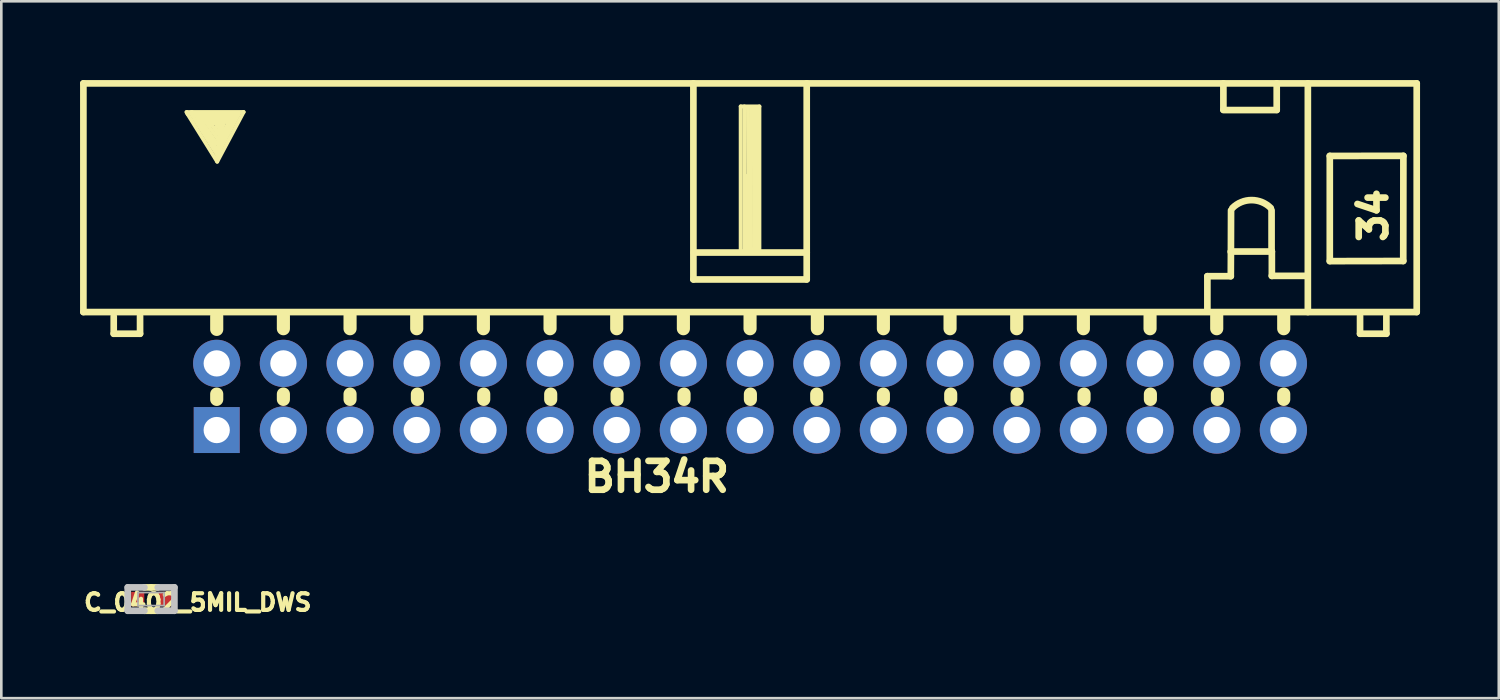
<source format=kicad_pcb>
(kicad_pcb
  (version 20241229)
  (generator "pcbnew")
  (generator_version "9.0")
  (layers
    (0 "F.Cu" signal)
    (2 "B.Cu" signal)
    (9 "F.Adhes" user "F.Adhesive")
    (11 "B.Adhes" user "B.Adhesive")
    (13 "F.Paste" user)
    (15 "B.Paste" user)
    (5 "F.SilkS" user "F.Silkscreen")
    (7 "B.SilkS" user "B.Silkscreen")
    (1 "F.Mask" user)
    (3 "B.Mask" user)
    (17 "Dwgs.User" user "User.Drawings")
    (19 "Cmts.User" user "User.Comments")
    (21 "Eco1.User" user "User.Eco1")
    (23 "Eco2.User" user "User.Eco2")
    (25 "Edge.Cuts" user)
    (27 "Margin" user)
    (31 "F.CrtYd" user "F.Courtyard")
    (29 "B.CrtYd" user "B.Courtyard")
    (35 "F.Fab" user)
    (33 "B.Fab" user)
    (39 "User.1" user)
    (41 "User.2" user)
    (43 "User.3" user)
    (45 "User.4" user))
  (footprint "C_0402_5MIL_DWS"
    (layer "F.Cu")
    (at 2.706 19.774)
    (property "Reference" "C_0402_5MIL_DWS" (at 1.778 0.127 0) (layer "F.SilkS") (effects (font (size 0.635 0.635) (thickness 0.159))))
    (attr smd)
    (fp_line (start 0 -0.445) (end -0.254 -0.445) (stroke (width 0.254) (type solid)) (layer "F.SilkS"))
    (fp_line (start 0 -0.445) (end 0.254 -0.445) (stroke (width 0.254) (type solid)) (layer "F.SilkS"))
    (fp_line (start 0 0.445) (end -0.254 0.445) (stroke (width 0.254) (type solid)) (layer "F.SilkS"))
    (fp_line (start 0 0.445) (end 0.254 0.445) (stroke (width 0.254) (type solid)) (layer "F.SilkS"))
    (fp_line (start -0.889 -0.445) (end -0.889 0.445) (stroke (width 0.254) (type solid)) (layer "Dwgs.User"))
    (fp_line (start -0.889 0.445) (end -0.254 0.445) (stroke (width 0.254) (type solid)) (layer "Dwgs.User"))
    (fp_line (start -0.254 -0.445) (end -0.889 -0.445) (stroke (width 0.254) (type solid)) (layer "Dwgs.User"))
    (fp_line (start 0.254 -0.445) (end 0.889 -0.445) (stroke (width 0.254) (type solid)) (layer "Dwgs.User"))
    (fp_line (start 0.889 -0.445) (end 0.889 0.445) (stroke (width 0.254) (type solid)) (layer "Dwgs.User"))
    (fp_line (start 0.889 0.445) (end 0.254 0.445) (stroke (width 0.254) (type solid)) (layer "Dwgs.User"))
    (fp_line (start -0.498 -0.249) (end 0.498 -0.249) (stroke (width 0.066) (type solid)) (layer "F.Fab"))
    (fp_line (start -0.498 0.249) (end -0.498 -0.249) (stroke (width 0.066) (type solid)) (layer "F.Fab"))
    (fp_line (start -0.498 0.249) (end 0.498 0.249) (stroke (width 0.066) (type solid)) (layer "F.Fab"))
    (fp_line (start 0.498 0.249) (end 0.498 -0.249) (stroke (width 0.066) (type solid)) (layer "F.Fab"))
    (pad "1" smd rect (at -0.508 0 180) (size 0.5 0.55) (layers "F.Cu" "F.Mask" "F.Paste"))
    (pad "2" smd rect (at 0.508 0) (size 0.5 0.55) (layers "F.Cu" "F.Mask" "F.Paste")))
  (footprint "BH34R"
    (layer "F.Cu")
    (at 25.527 12.065)
    (property "Reference" "BH34R" (at -3.556 3.048 0) (layer "F.SilkS") (effects (font (size 1.1 1.1) (thickness 0.254))))
    (attr through_hole)
    (fp_line (start -25.4 -11.938) (end 25.4 -11.938) (stroke (width 0.254) (type solid)) (layer "F.SilkS"))
    (fp_line (start -25.4 -3.226) (end -25.4 -11.938) (stroke (width 0.254) (type solid)) (layer "F.SilkS"))
    (fp_line (start -25.4 -3.226) (end 25.4 -3.226) (stroke (width 0.254) (type solid)) (layer "F.SilkS"))
    (fp_line (start -24.244 -3.061) (end -24.244 -2.4) (stroke (width 0.254) (type solid)) (layer "F.SilkS"))
    (fp_line (start -24.244 -2.4) (end -23.241 -2.4) (stroke (width 0.254) (type solid)) (layer "F.SilkS"))
    (fp_line (start -23.241 -2.4) (end -23.241 -3.073) (stroke (width 0.254) (type solid)) (layer "F.SilkS"))
    (fp_line (start -21.43 -10.77) (end -21.476 -10.846) (stroke (width 0.15) (type solid)) (layer "F.SilkS"))
    (fp_line (start -21.293 -10.846) (end -19.296 -10.846) (stroke (width 0.15) (type solid)) (layer "F.SilkS"))
    (fp_line (start -21.278 -10.762) (end -20.302 -9.215) (stroke (width 0.15) (type solid)) (layer "F.SilkS"))
    (fp_line (start -21.257 -10.841) (end -21.45 -10.846) (stroke (width 0.15) (type solid)) (layer "F.SilkS"))
    (fp_line (start -21.148 -10.77) (end -20.317 -9.428) (stroke (width 0.15) (type solid)) (layer "F.SilkS"))
    (fp_line (start -21.018 -10.671) (end -20.317 -9.642) (stroke (width 0.15) (type solid)) (layer "F.SilkS"))
    (fp_line (start -20.805 -10.564) (end -20.279 -9.817) (stroke (width 0.15) (type solid)) (layer "F.SilkS"))
    (fp_line (start -20.577 -10.472) (end -20.287 -10.03) (stroke (width 0.15) (type solid)) (layer "F.SilkS"))
    (fp_line (start -20.559 -10.351) (end -20.881 -10.615) (stroke (width 0.15) (type solid)) (layer "F.SilkS"))
    (fp_line (start -20.424 -10.434) (end -20.249 -10.328) (stroke (width 0.15) (type solid)) (layer "F.SilkS"))
    (fp_line (start -20.356 -10.259) (end -20.348 -10.251) (stroke (width 0.15) (type solid)) (layer "F.SilkS"))
    (fp_line (start -20.32 -3.061) (end -20.32 -2.565) (stroke (width 0.5) (type solid)) (layer "F.SilkS"))
    (fp_line (start -20.32 -0.102) (end -20.32 0.102) (stroke (width 0.5) (type solid)) (layer "F.SilkS"))
    (fp_line (start -20.317 -9.642) (end -19.776 -10.617) (stroke (width 0.15) (type solid)) (layer "F.SilkS"))
    (fp_line (start -20.317 -9.428) (end -19.647 -10.686) (stroke (width 0.15) (type solid)) (layer "F.SilkS"))
    (fp_line (start -20.302 -9.215) (end -19.487 -10.762) (stroke (width 0.15) (type solid)) (layer "F.SilkS"))
    (fp_line (start -20.302 -8.956) (end -21.43 -10.77) (stroke (width 0.15) (type solid)) (layer "F.SilkS"))
    (fp_line (start -20.287 -10.03) (end -20.142 -10.48) (stroke (width 0.15) (type solid)) (layer "F.SilkS"))
    (fp_line (start -20.279 -9.817) (end -19.99 -10.556) (stroke (width 0.15) (type solid)) (layer "F.SilkS"))
    (fp_line (start -20.249 -10.328) (end -20.356 -10.259) (stroke (width 0.15) (type solid)) (layer "F.SilkS"))
    (fp_line (start -20.241 -9.406) (end -20.302 -9.108) (stroke (width 0.15) (type solid)) (layer "F.SilkS"))
    (fp_line (start -20.142 -10.48) (end -20.424 -10.434) (stroke (width 0.15) (type solid)) (layer "F.SilkS"))
    (fp_line (start -19.99 -10.556) (end -20.577 -10.472) (stroke (width 0.15) (type solid)) (layer "F.SilkS"))
    (fp_line (start -19.845 -10.668) (end -19.952 -10.472) (stroke (width 0.15) (type solid)) (layer "F.SilkS"))
    (fp_line (start -19.776 -10.617) (end -20.805 -10.564) (stroke (width 0.15) (type solid)) (layer "F.SilkS"))
    (fp_line (start -19.647 -10.686) (end -21.018 -10.671) (stroke (width 0.15) (type solid)) (layer "F.SilkS"))
    (fp_line (start -19.487 -10.762) (end -21.148 -10.77) (stroke (width 0.15) (type solid)) (layer "F.SilkS"))
    (fp_line (start -19.296 -10.846) (end -20.302 -8.956) (stroke (width 0.15) (type solid)) (layer "F.SilkS"))
    (fp_line (start -17.78 -3.086) (end -17.78 -2.591) (stroke (width 0.5) (type solid)) (layer "F.SilkS"))
    (fp_line (start -17.78 -0.102) (end -17.78 0.102) (stroke (width 0.5) (type solid)) (layer "F.SilkS"))
    (fp_line (start -15.24 -3.086) (end -15.24 -2.591) (stroke (width 0.5) (type solid)) (layer "F.SilkS"))
    (fp_line (start -15.24 -0.102) (end -15.24 0.102) (stroke (width 0.5) (type solid)) (layer "F.SilkS"))
    (fp_line (start -12.7 -3.086) (end -12.7 -2.591) (stroke (width 0.5) (type solid)) (layer "F.SilkS"))
    (fp_line (start -12.675 -0.102) (end -12.675 0.102) (stroke (width 0.5) (type solid)) (layer "F.SilkS"))
    (fp_line (start -10.16 -3.086) (end -10.16 -2.591) (stroke (width 0.5) (type solid)) (layer "F.SilkS"))
    (fp_line (start -10.147 -0.102) (end -10.147 0.102) (stroke (width 0.5) (type solid)) (layer "F.SilkS"))
    (fp_line (start -7.62 -3.086) (end -7.62 -2.591) (stroke (width 0.5) (type solid)) (layer "F.SilkS"))
    (fp_line (start -7.595 -0.102) (end -7.595 0.102) (stroke (width 0.5) (type solid)) (layer "F.SilkS"))
    (fp_line (start -5.08 -3.086) (end -5.08 -2.591) (stroke (width 0.5) (type solid)) (layer "F.SilkS"))
    (fp_line (start -5.067 -0.102) (end -5.067 0.102) (stroke (width 0.5) (type solid)) (layer "F.SilkS"))
    (fp_line (start -2.54 -3.086) (end -2.54 -2.591) (stroke (width 0.5) (type solid)) (layer "F.SilkS"))
    (fp_line (start -2.515 -0.102) (end -2.515 0.102) (stroke (width 0.5) (type solid)) (layer "F.SilkS"))
    (fp_line (start -2.159 -4.47) (end -2.159 -11.938) (stroke (width 0.254) (type solid)) (layer "F.SilkS"))
    (fp_line (start -2.141 -5.494) (end 2.159 -5.494) (stroke (width 0.254) (type solid)) (layer "F.SilkS"))
    (fp_line (start -0.356 -11.059) (end 0.356 -11.059) (stroke (width 0.15) (type solid)) (layer "F.SilkS"))
    (fp_line (start -0.356 -5.502) (end -0.356 -11.059) (stroke (width 0.15) (type solid)) (layer "F.SilkS"))
    (fp_line (start -0.216 -11.059) (end -0.216 -5.588) (stroke (width 0.15) (type solid)) (layer "F.SilkS"))
    (fp_line (start -0.137 -5.596) (end 0.254 -5.598) (stroke (width 0.15) (type solid)) (layer "F.SilkS"))
    (fp_line (start -0.124 -6.37) (end -0.137 -5.596) (stroke (width 0.15) (type solid)) (layer "F.SilkS"))
    (fp_line (start -0.112 -8.415) (end -0.14 -6.18) (stroke (width 0.15) (type solid)) (layer "F.SilkS"))
    (fp_line (start -0.079 -11.013) (end -0.064 -5.634) (stroke (width 0.15) (type solid)) (layer "F.SilkS"))
    (fp_line (start 0 -3.086) (end 0 -2.591) (stroke (width 0.5) (type solid)) (layer "F.SilkS"))
    (fp_line (start 0.013 -0.102) (end 0.013 0.102) (stroke (width 0.5) (type solid)) (layer "F.SilkS"))
    (fp_line (start 0.043 -11.013) (end 0.028 -5.618) (stroke (width 0.15) (type solid)) (layer "F.SilkS"))
    (fp_line (start 0.165 -11.013) (end 0.15 -5.649) (stroke (width 0.15) (type solid)) (layer "F.SilkS"))
    (fp_line (start 0.287 -11.029) (end 0.241 -5.649) (stroke (width 0.15) (type solid)) (layer "F.SilkS"))
    (fp_line (start 0.356 -11.059) (end 0.356 -5.512) (stroke (width 0.15) (type solid)) (layer "F.SilkS"))
    (fp_line (start 2.159 -4.47) (end 2.159 -11.938) (stroke (width 0.254) (type solid)) (layer "F.SilkS"))
    (fp_line (start 2.159 -4.468) (end -2.159 -4.468) (stroke (width 0.254) (type solid)) (layer "F.SilkS"))
    (fp_line (start 2.54 -0.102) (end 2.54 0.102) (stroke (width 0.5) (type solid)) (layer "F.SilkS"))
    (fp_line (start 2.565 -3.086) (end 2.565 -2.591) (stroke (width 0.5) (type solid)) (layer "F.SilkS"))
    (fp_line (start 5.08 -3.086) (end 5.08 -2.591) (stroke (width 0.5) (type solid)) (layer "F.SilkS"))
    (fp_line (start 5.08 -0.102) (end 5.08 0.102) (stroke (width 0.5) (type solid)) (layer "F.SilkS"))
    (fp_line (start 7.62 -3.086) (end 7.62 -2.591) (stroke (width 0.5) (type solid)) (layer "F.SilkS"))
    (fp_line (start 7.645 -0.102) (end 7.645 0.102) (stroke (width 0.5) (type solid)) (layer "F.SilkS"))
    (fp_line (start 10.16 -3.086) (end 10.16 -2.591) (stroke (width 0.5) (type solid)) (layer "F.SilkS"))
    (fp_line (start 10.173 -0.102) (end 10.173 0.102) (stroke (width 0.5) (type solid)) (layer "F.SilkS"))
    (fp_line (start 12.7 -3.086) (end 12.7 -2.591) (stroke (width 0.5) (type solid)) (layer "F.SilkS"))
    (fp_line (start 12.725 -0.102) (end 12.725 0.102) (stroke (width 0.5) (type solid)) (layer "F.SilkS"))
    (fp_line (start 15.24 -3.086) (end 15.24 -2.591) (stroke (width 0.5) (type solid)) (layer "F.SilkS"))
    (fp_line (start 15.253 -0.102) (end 15.253 0.102) (stroke (width 0.5) (type solid)) (layer "F.SilkS"))
    (fp_line (start 17.424 -4.592) (end 17.424 -3.259) (stroke (width 0.254) (type solid)) (layer "F.SilkS"))
    (fp_line (start 17.424 -4.592) (end 18.316 -4.592) (stroke (width 0.254) (type solid)) (layer "F.SilkS"))
    (fp_line (start 17.78 -3.086) (end 17.78 -2.591) (stroke (width 0.5) (type solid)) (layer "F.SilkS"))
    (fp_line (start 17.805 -0.102) (end 17.805 0.102) (stroke (width 0.5) (type solid)) (layer "F.SilkS"))
    (fp_line (start 18.034 -11.938) (end 18.034 -10.937) (stroke (width 0.254) (type solid)) (layer "F.SilkS"))
    (fp_line (start 18.034 -10.922) (end 20.066 -10.922) (stroke (width 0.254) (type solid)) (layer "F.SilkS"))
    (fp_line (start 18.316 -4.592) (end 18.321 -5.532) (stroke (width 0.254) (type solid)) (layer "F.SilkS"))
    (fp_line (start 18.321 -5.532) (end 19.881 -5.532) (stroke (width 0.254) (type solid)) (layer "F.SilkS"))
    (fp_line (start 18.321 -5.507) (end 18.326 -7.102) (stroke (width 0.254) (type solid)) (layer "F.SilkS"))
    (fp_line (start 19.87 -5.527) (end 19.87 -7.102) (stroke (width 0.254) (type solid)) (layer "F.SilkS"))
    (fp_line (start 19.881 -5.532) (end 19.881 -4.602) (stroke (width 0.254) (type solid)) (layer "F.SilkS"))
    (fp_line (start 20.066 -10.927) (end 20.066 -11.938) (stroke (width 0.254) (type solid)) (layer "F.SilkS"))
    (fp_line (start 20.333 -3.086) (end 20.333 -2.591) (stroke (width 0.5) (type solid)) (layer "F.SilkS"))
    (fp_line (start 20.333 -0.102) (end 20.333 0.102) (stroke (width 0.5) (type solid)) (layer "F.SilkS"))
    (fp_line (start 21.234 -4.605) (end 19.878 -4.605) (stroke (width 0.254) (type solid)) (layer "F.SilkS"))
    (fp_line (start 21.252 -11.938) (end 21.252 -3.226) (stroke (width 0.254) (type solid)) (layer "F.SilkS"))
    (fp_line (start 22.088 -9.174) (end 22.088 -5.169) (stroke (width 0.254) (type solid)) (layer "F.SilkS"))
    (fp_line (start 22.088 -5.166) (end 24.887 -5.171) (stroke (width 0.254) (type solid)) (layer "F.SilkS"))
    (fp_line (start 23.241 -3.073) (end 23.241 -2.4) (stroke (width 0.254) (type solid)) (layer "F.SilkS"))
    (fp_line (start 23.241 -2.4) (end 24.244 -2.4) (stroke (width 0.254) (type solid)) (layer "F.SilkS"))
    (fp_line (start 24.244 -2.4) (end 24.244 -3.073) (stroke (width 0.254) (type solid)) (layer "F.SilkS"))
    (fp_line (start 24.887 -5.171) (end 24.892 -9.177) (stroke (width 0.254) (type solid)) (layer "F.SilkS"))
    (fp_line (start 24.892 -9.177) (end 22.088 -9.174) (stroke (width 0.254) (type solid)) (layer "F.SilkS"))
    (fp_line (start 25.4 -3.226) (end 25.4 -11.938) (stroke (width 0.254) (type solid)) (layer "F.SilkS"))
    (fp_arc (start 18.3769 -7.1882) (mid 19.10842 -7.491206) (end 19.83994 -7.1882) (stroke (width 0.254) (type solid)) (layer "F.SilkS"))
    (fp_text user "34" (at 23.749 -6.909 90) (layer "F.SilkS") (effects (font (size 1.016 1.016) (thickness 0.254))))
    (pad "1" thru_hole rect (at -20.32 1.27) (size 1.75 1.75) (drill 1) (layers "*.Cu" "*.Mask"))
    (pad "2" thru_hole circle (at -20.32 -1.27) (size 1.8 1.8) (drill 1) (layers "*.Cu" "*.Mask"))
    (pad "3" thru_hole circle (at -17.78 1.27) (size 1.8 1.8) (drill 1) (layers "*.Cu" "*.Mask"))
    (pad "4" thru_hole circle (at -17.78 -1.27) (size 1.8 1.8) (drill 1) (layers "*.Cu" "*.Mask"))
    (pad "5" thru_hole circle (at -15.24 1.27) (size 1.8 1.8) (drill 1) (layers "*.Cu" "*.Mask"))
    (pad "6" thru_hole circle (at -15.24 -1.27) (size 1.8 1.8) (drill 1) (layers "*.Cu" "*.Mask"))
    (pad "7" thru_hole circle (at -12.7 1.27) (size 1.8 1.8) (drill 1) (layers "*.Cu" "*.Mask"))
    (pad "8" thru_hole circle (at -12.7 -1.27) (size 1.8 1.8) (drill 1) (layers "*.Cu" "*.Mask"))
    (pad "9" thru_hole circle (at -10.16 1.27) (size 1.8 1.8) (drill 1) (layers "*.Cu" "*.Mask"))
    (pad "10" thru_hole circle (at -10.16 -1.27) (size 1.8 1.8) (drill 1) (layers "*.Cu" "*.Mask"))
    (pad "11" thru_hole circle (at -7.62 1.27) (size 1.8 1.8) (drill 1) (layers "*.Cu" "*.Mask"))
    (pad "12" thru_hole circle (at -7.62 -1.27) (size 1.8 1.8) (drill 1) (layers "*.Cu" "*.Mask"))
    (pad "13" thru_hole circle (at -5.08 1.27) (size 1.8 1.8) (drill 1) (layers "*.Cu" "*.Mask"))
    (pad "14" thru_hole circle (at -5.08 -1.27) (size 1.8 1.8) (drill 1) (layers "*.Cu" "*.Mask"))
    (pad "15" thru_hole circle (at -2.54 1.27) (size 1.8 1.8) (drill 1) (layers "*.Cu" "*.Mask"))
    (pad "16" thru_hole circle (at -2.54 -1.27) (size 1.8 1.8) (drill 1) (layers "*.Cu" "*.Mask"))
    (pad "17" thru_hole circle (at 0 1.27) (size 1.8 1.8) (drill 1) (layers "*.Cu" "*.Mask"))
    (pad "18" thru_hole circle (at 0 -1.27) (size 1.8 1.8) (drill 1) (layers "*.Cu" "*.Mask"))
    (pad "19" thru_hole circle (at 2.54 1.27) (size 1.8 1.8) (drill 1) (layers "*.Cu" "*.Mask"))
    (pad "20" thru_hole circle (at 2.54 -1.27) (size 1.8 1.8) (drill 1) (layers "*.Cu" "*.Mask"))
    (pad "21" thru_hole circle (at 5.08 1.27) (size 1.8 1.8) (drill 1) (layers "*.Cu" "*.Mask"))
    (pad "22" thru_hole circle (at 5.08 -1.27) (size 1.8 1.8) (drill 1) (layers "*.Cu" "*.Mask"))
    (pad "23" thru_hole circle (at 7.62 1.27) (size 1.8 1.8) (drill 1) (layers "*.Cu" "*.Mask"))
    (pad "24" thru_hole circle (at 7.62 -1.27) (size 1.8 1.8) (drill 1) (layers "*.Cu" "*.Mask"))
    (pad "25" thru_hole circle (at 10.16 1.27) (size 1.8 1.8) (drill 1) (layers "*.Cu" "*.Mask"))
    (pad "26" thru_hole circle (at 10.16 -1.27) (size 1.8 1.8) (drill 1) (layers "*.Cu" "*.Mask"))
    (pad "27" thru_hole circle (at 12.7 1.27) (size 1.8 1.8) (drill 1) (layers "*.Cu" "*.Mask"))
    (pad "28" thru_hole circle (at 12.7 -1.27) (size 1.8 1.8) (drill 1) (layers "*.Cu" "*.Mask"))
    (pad "29" thru_hole circle (at 15.24 1.27) (size 1.8 1.8) (drill 1) (layers "*.Cu" "*.Mask"))
    (pad "30" thru_hole circle (at 15.24 -1.27) (size 1.8 1.8) (drill 1) (layers "*.Cu" "*.Mask"))
    (pad "31" thru_hole circle (at 17.78 1.27) (size 1.8 1.8) (drill 1) (layers "*.Cu" "*.Mask"))
    (pad "32" thru_hole circle (at 17.78 -1.27) (size 1.8 1.8) (drill 1) (layers "*.Cu" "*.Mask"))
    (pad "33" thru_hole circle (at 20.32 1.27) (size 1.8 1.8) (drill 1) (layers "*.Cu" "*.Mask"))
    (pad "34" thru_hole circle (at 20.32 -1.27) (size 1.8 1.8) (drill 1) (layers "*.Cu" "*.Mask")))
  (gr_rect
    (start -3 -3)
    (end 54.054 23.551)
    (stroke (width 0.1) (type default))
    (fill no)
    (layer "Edge.Cuts")))
</source>
